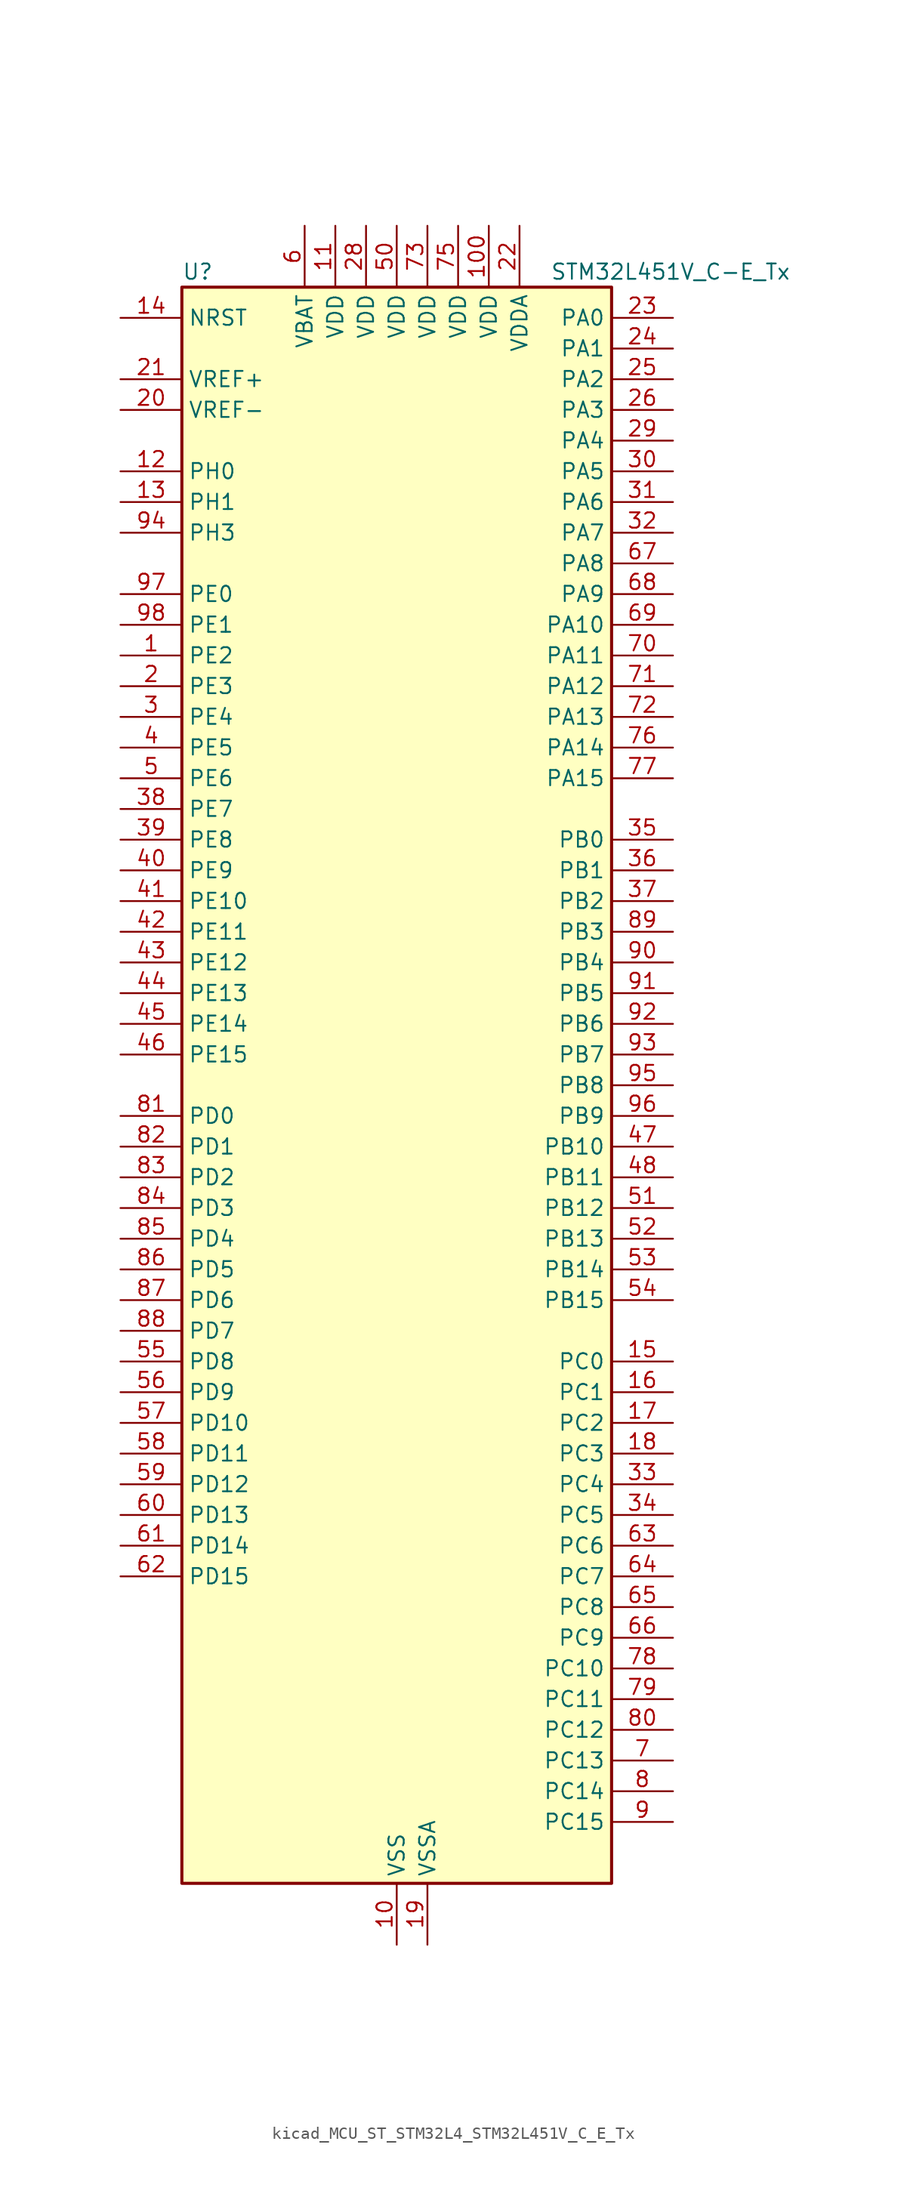
<source format=kicad_sym>
(kicad_symbol_lib
  (version 20220914)
  (generator kicad_symbol_editor)
  (symbol "kicad_MCU_ST_STM32L4_STM32L451V_C_E_Tx"
    (property "Reference" "U"
      (at -17.78 67.31 0)
      (effects (font (size 1.27 1.27)) (justify left)))
    (property "Value" "STM32L451V_C-E_Tx"
      (at 12.7 67.31 0)
      (effects (font (size 1.27 1.27)) (justify left)))
    (property "ki_locked" ""
      (at 0 0 0)
      (effects (font (size 1.27 1.27))))
    (symbol "kicad_MCU_ST_STM32L4_STM32L451V_C_E_Tx_0_1"
      (rectangle (start -17.78 -66.04) (end 17.78 66.04) (stroke (width 0.254) (type default)) (fill (type background))))
    (symbol "kicad_MCU_ST_STM32L4_STM32L451V_C_E_Tx_1_1"
      (pin bidirectional line (at -22.86 35.56 0) (length 5.08) (name "PE2" (effects (font (size 1.27 1.27)))) (number "1" (effects (font (size 1.27 1.27)))) (alternate "SAI1_MCLK_A" bidirectional line) (alternate "SYS_TRACECLK" bidirectional line) (alternate "TIM3_ETR" bidirectional line) (alternate "TSC_G7_IO1" bidirectional line))
      (pin power_in line (at 0 -71.12 90) (length 5.08) (name "VSS" (effects (font (size 1.27 1.27)))) (number "10" (effects (font (size 1.27 1.27)))))
      (pin power_in line (at 7.62 71.12 270) (length 5.08) (name "VDD" (effects (font (size 1.27 1.27)))) (number "100" (effects (font (size 1.27 1.27)))))
      (pin power_in line (at -5.08 71.12 270) (length 5.08) (name "VDD" (effects (font (size 1.27 1.27)))) (number "11" (effects (font (size 1.27 1.27)))))
      (pin bidirectional line (at -22.86 50.8 0) (length 5.08) (name "PH0" (effects (font (size 1.27 1.27)))) (number "12" (effects (font (size 1.27 1.27)))) (alternate "RCC_OSC_IN" bidirectional line))
      (pin bidirectional line (at -22.86 48.26 0) (length 5.08) (name "PH1" (effects (font (size 1.27 1.27)))) (number "13" (effects (font (size 1.27 1.27)))) (alternate "RCC_OSC_OUT" bidirectional line))
      (pin input line (at -22.86 63.5 0) (length 5.08) (name "NRST" (effects (font (size 1.27 1.27)))) (number "14" (effects (font (size 1.27 1.27)))))
      (pin bidirectional line (at 22.86 -22.86 180) (length 5.08) (name "PC0" (effects (font (size 1.27 1.27)))) (number "15" (effects (font (size 1.27 1.27)))) (alternate "ADC1_IN1" bidirectional line) (alternate "I2C3_SCL" bidirectional line) (alternate "I2C4_SCL" bidirectional line) (alternate "LPTIM1_IN1" bidirectional line) (alternate "LPTIM2_IN1" bidirectional line) (alternate "LPUART1_RX" bidirectional line))
      (pin bidirectional line (at 22.86 -25.4 180) (length 5.08) (name "PC1" (effects (font (size 1.27 1.27)))) (number "16" (effects (font (size 1.27 1.27)))) (alternate "ADC1_IN2" bidirectional line) (alternate "I2C3_SDA" bidirectional line) (alternate "I2C4_SDA" bidirectional line) (alternate "LPTIM1_OUT" bidirectional line) (alternate "LPUART1_TX" bidirectional line) (alternate "SYS_TRACED0" bidirectional line))
      (pin bidirectional line (at 22.86 -27.94 180) (length 5.08) (name "PC2" (effects (font (size 1.27 1.27)))) (number "17" (effects (font (size 1.27 1.27)))) (alternate "ADC1_IN3" bidirectional line) (alternate "DFSDM1_CKOUT" bidirectional line) (alternate "LPTIM1_IN2" bidirectional line) (alternate "SPI2_MISO" bidirectional line))
      (pin bidirectional line (at 22.86 -30.48 180) (length 5.08) (name "PC3" (effects (font (size 1.27 1.27)))) (number "18" (effects (font (size 1.27 1.27)))) (alternate "ADC1_IN4" bidirectional line) (alternate "LPTIM1_ETR" bidirectional line) (alternate "LPTIM2_ETR" bidirectional line) (alternate "SAI1_SD_A" bidirectional line) (alternate "SPI2_MOSI" bidirectional line))
      (pin power_in line (at 2.54 -71.12 90) (length 5.08) (name "VSSA" (effects (font (size 1.27 1.27)))) (number "19" (effects (font (size 1.27 1.27)))))
      (pin bidirectional line (at -22.86 33.02 0) (length 5.08) (name "PE3" (effects (font (size 1.27 1.27)))) (number "2" (effects (font (size 1.27 1.27)))) (alternate "SAI1_SD_B" bidirectional line) (alternate "SYS_TRACED0" bidirectional line) (alternate "TIM3_CH1" bidirectional line) (alternate "TSC_G7_IO2" bidirectional line))
      (pin input line (at -22.86 55.88 0) (length 5.08) (name "VREF-" (effects (font (size 1.27 1.27)))) (number "20" (effects (font (size 1.27 1.27)))))
      (pin input line (at -22.86 58.42 0) (length 5.08) (name "VREF+" (effects (font (size 1.27 1.27)))) (number "21" (effects (font (size 1.27 1.27)))) (alternate "VREFBUF_OUT" bidirectional line))
      (pin power_in line (at 10.16 71.12 270) (length 5.08) (name "VDDA" (effects (font (size 1.27 1.27)))) (number "22" (effects (font (size 1.27 1.27)))))
      (pin bidirectional line (at 22.86 63.5 180) (length 5.08) (name "PA0" (effects (font (size 1.27 1.27)))) (number "23" (effects (font (size 1.27 1.27)))) (alternate "ADC1_IN5" bidirectional line) (alternate "COMP1_INM" bidirectional line) (alternate "COMP1_OUT" bidirectional line) (alternate "OPAMP1_VINP" bidirectional line) (alternate "RTC_TAMP2" bidirectional line) (alternate "SAI1_EXTCLK" bidirectional line) (alternate "SYS_WKUP1" bidirectional line) (alternate "TIM2_CH1" bidirectional line) (alternate "TIM2_ETR" bidirectional line) (alternate "UART4_TX" bidirectional line) (alternate "USART2_CTS" bidirectional line))
      (pin bidirectional line (at 22.86 60.96 180) (length 5.08) (name "PA1" (effects (font (size 1.27 1.27)))) (number "24" (effects (font (size 1.27 1.27)))) (alternate "ADC1_IN6" bidirectional line) (alternate "COMP1_INP" bidirectional line) (alternate "I2C1_SMBA" bidirectional line) (alternate "OPAMP1_VINM" bidirectional line) (alternate "SPI1_SCK" bidirectional line) (alternate "TIM15_CH1N" bidirectional line) (alternate "TIM2_CH2" bidirectional line) (alternate "UART4_RX" bidirectional line) (alternate "USART2_DE" bidirectional line) (alternate "USART2_RTS" bidirectional line))
      (pin bidirectional line (at 22.86 58.42 180) (length 5.08) (name "PA2" (effects (font (size 1.27 1.27)))) (number "25" (effects (font (size 1.27 1.27)))) (alternate "ADC1_IN7" bidirectional line) (alternate "COMP2_INM" bidirectional line) (alternate "COMP2_OUT" bidirectional line) (alternate "LPUART1_TX" bidirectional line) (alternate "QUADSPI_BK1_NCS" bidirectional line) (alternate "RCC_LSCO" bidirectional line) (alternate "SYS_WKUP4" bidirectional line) (alternate "TIM15_CH1" bidirectional line) (alternate "TIM2_CH3" bidirectional line) (alternate "USART2_TX" bidirectional line))
      (pin bidirectional line (at 22.86 55.88 180) (length 5.08) (name "PA3" (effects (font (size 1.27 1.27)))) (number "26" (effects (font (size 1.27 1.27)))) (alternate "ADC1_IN8" bidirectional line) (alternate "COMP2_INP" bidirectional line) (alternate "LPUART1_RX" bidirectional line) (alternate "OPAMP1_VOUT" bidirectional line) (alternate "QUADSPI_CLK" bidirectional line) (alternate "SAI1_MCLK_A" bidirectional line) (alternate "TIM15_CH2" bidirectional line) (alternate "TIM2_CH4" bidirectional line) (alternate "USART2_RX" bidirectional line))
      (pin passive line (at 0 -71.12 90) (length 5.08) hide (name "VSS" (effects (font (size 1.27 1.27)))) (number "27" (effects (font (size 1.27 1.27)))))
      (pin power_in line (at -2.54 71.12 270) (length 5.08) (name "VDD" (effects (font (size 1.27 1.27)))) (number "28" (effects (font (size 1.27 1.27)))))
      (pin bidirectional line (at 22.86 53.34 180) (length 5.08) (name "PA4" (effects (font (size 1.27 1.27)))) (number "29" (effects (font (size 1.27 1.27)))) (alternate "ADC1_IN9" bidirectional line) (alternate "COMP1_INM" bidirectional line) (alternate "COMP2_INM" bidirectional line) (alternate "DAC1_OUT1" bidirectional line) (alternate "LPTIM2_OUT" bidirectional line) (alternate "SAI1_FS_B" bidirectional line) (alternate "SPI1_NSS" bidirectional line) (alternate "SPI3_NSS" bidirectional line) (alternate "USART2_CK" bidirectional line))
      (pin bidirectional line (at -22.86 30.48 0) (length 5.08) (name "PE4" (effects (font (size 1.27 1.27)))) (number "3" (effects (font (size 1.27 1.27)))) (alternate "DFSDM1_DATIN3" bidirectional line) (alternate "SAI1_FS_A" bidirectional line) (alternate "SYS_TRACED1" bidirectional line) (alternate "TIM3_CH2" bidirectional line) (alternate "TSC_G7_IO3" bidirectional line))
      (pin bidirectional line (at 22.86 50.8 180) (length 5.08) (name "PA5" (effects (font (size 1.27 1.27)))) (number "30" (effects (font (size 1.27 1.27)))) (alternate "ADC1_IN10" bidirectional line) (alternate "COMP1_INM" bidirectional line) (alternate "COMP2_INM" bidirectional line) (alternate "DFSDM1_CKOUT" bidirectional line) (alternate "LPTIM2_ETR" bidirectional line) (alternate "SPI1_SCK" bidirectional line) (alternate "TIM2_CH1" bidirectional line) (alternate "TIM2_ETR" bidirectional line))
      (pin bidirectional line (at 22.86 48.26 180) (length 5.08) (name "PA6" (effects (font (size 1.27 1.27)))) (number "31" (effects (font (size 1.27 1.27)))) (alternate "ADC1_IN11" bidirectional line) (alternate "COMP1_OUT" bidirectional line) (alternate "LPUART1_CTS" bidirectional line) (alternate "QUADSPI_BK1_IO3" bidirectional line) (alternate "SPI1_MISO" bidirectional line) (alternate "TIM16_CH1" bidirectional line) (alternate "TIM1_BKIN" bidirectional line) (alternate "TIM1_BKIN_COMP2" bidirectional line) (alternate "TIM3_CH1" bidirectional line) (alternate "USART3_CTS" bidirectional line))
      (pin bidirectional line (at 22.86 45.72 180) (length 5.08) (name "PA7" (effects (font (size 1.27 1.27)))) (number "32" (effects (font (size 1.27 1.27)))) (alternate "ADC1_IN12" bidirectional line) (alternate "COMP2_OUT" bidirectional line) (alternate "DFSDM1_DATIN0" bidirectional line) (alternate "I2C3_SCL" bidirectional line) (alternate "QUADSPI_BK1_IO2" bidirectional line) (alternate "SPI1_MOSI" bidirectional line) (alternate "TIM1_CH1N" bidirectional line) (alternate "TIM3_CH2" bidirectional line))
      (pin bidirectional line (at 22.86 -33.02 180) (length 5.08) (name "PC4" (effects (font (size 1.27 1.27)))) (number "33" (effects (font (size 1.27 1.27)))) (alternate "ADC1_IN13" bidirectional line) (alternate "COMP1_INM" bidirectional line) (alternate "USART3_TX" bidirectional line))
      (pin bidirectional line (at 22.86 -35.56 180) (length 5.08) (name "PC5" (effects (font (size 1.27 1.27)))) (number "34" (effects (font (size 1.27 1.27)))) (alternate "ADC1_IN14" bidirectional line) (alternate "COMP1_INP" bidirectional line) (alternate "SYS_WKUP5" bidirectional line) (alternate "USART3_RX" bidirectional line))
      (pin bidirectional line (at 22.86 20.32 180) (length 5.08) (name "PB0" (effects (font (size 1.27 1.27)))) (number "35" (effects (font (size 1.27 1.27)))) (alternate "ADC1_IN15" bidirectional line) (alternate "COMP1_OUT" bidirectional line) (alternate "DFSDM1_CKIN0" bidirectional line) (alternate "QUADSPI_BK1_IO1" bidirectional line) (alternate "SAI1_EXTCLK" bidirectional line) (alternate "SPI1_NSS" bidirectional line) (alternate "TIM1_CH2N" bidirectional line) (alternate "TIM3_CH3" bidirectional line) (alternate "USART3_CK" bidirectional line))
      (pin bidirectional line (at 22.86 17.78 180) (length 5.08) (name "PB1" (effects (font (size 1.27 1.27)))) (number "36" (effects (font (size 1.27 1.27)))) (alternate "ADC1_IN16" bidirectional line) (alternate "COMP1_INM" bidirectional line) (alternate "DFSDM1_DATIN0" bidirectional line) (alternate "LPTIM2_IN1" bidirectional line) (alternate "LPUART1_DE" bidirectional line) (alternate "LPUART1_RTS" bidirectional line) (alternate "QUADSPI_BK1_IO0" bidirectional line) (alternate "TIM1_CH3N" bidirectional line) (alternate "TIM3_CH4" bidirectional line) (alternate "USART3_DE" bidirectional line) (alternate "USART3_RTS" bidirectional line))
      (pin bidirectional line (at 22.86 15.24 180) (length 5.08) (name "PB2" (effects (font (size 1.27 1.27)))) (number "37" (effects (font (size 1.27 1.27)))) (alternate "COMP1_INP" bidirectional line) (alternate "DFSDM1_CKIN0" bidirectional line) (alternate "I2C3_SMBA" bidirectional line) (alternate "LPTIM1_OUT" bidirectional line) (alternate "RTC_OUT_ALARM" bidirectional line) (alternate "RTC_OUT_CALIB" bidirectional line))
      (pin bidirectional line (at -22.86 22.86 0) (length 5.08) (name "PE7" (effects (font (size 1.27 1.27)))) (number "38" (effects (font (size 1.27 1.27)))) (alternate "DFSDM1_DATIN2" bidirectional line) (alternate "SAI1_SD_B" bidirectional line) (alternate "TIM1_ETR" bidirectional line))
      (pin bidirectional line (at -22.86 20.32 0) (length 5.08) (name "PE8" (effects (font (size 1.27 1.27)))) (number "39" (effects (font (size 1.27 1.27)))) (alternate "DFSDM1_CKIN2" bidirectional line) (alternate "SAI1_SCK_B" bidirectional line) (alternate "TIM1_CH1N" bidirectional line))
      (pin bidirectional line (at -22.86 27.94 0) (length 5.08) (name "PE5" (effects (font (size 1.27 1.27)))) (number "4" (effects (font (size 1.27 1.27)))) (alternate "DFSDM1_CKIN3" bidirectional line) (alternate "SAI1_SCK_A" bidirectional line) (alternate "SYS_TRACED2" bidirectional line) (alternate "TIM3_CH3" bidirectional line) (alternate "TSC_G7_IO4" bidirectional line))
      (pin bidirectional line (at -22.86 17.78 0) (length 5.08) (name "PE9" (effects (font (size 1.27 1.27)))) (number "40" (effects (font (size 1.27 1.27)))) (alternate "DAC1_EXTI9" bidirectional line) (alternate "DFSDM1_CKOUT" bidirectional line) (alternate "SAI1_FS_B" bidirectional line) (alternate "TIM1_CH1" bidirectional line))
      (pin bidirectional line (at -22.86 15.24 0) (length 5.08) (name "PE10" (effects (font (size 1.27 1.27)))) (number "41" (effects (font (size 1.27 1.27)))) (alternate "QUADSPI_CLK" bidirectional line) (alternate "SAI1_MCLK_B" bidirectional line) (alternate "TIM1_CH2N" bidirectional line) (alternate "TSC_G5_IO1" bidirectional line))
      (pin bidirectional line (at -22.86 12.7 0) (length 5.08) (name "PE11" (effects (font (size 1.27 1.27)))) (number "42" (effects (font (size 1.27 1.27)))) (alternate "ADC1_EXTI11" bidirectional line) (alternate "QUADSPI_BK1_NCS" bidirectional line) (alternate "TIM1_CH2" bidirectional line) (alternate "TSC_G5_IO2" bidirectional line))
      (pin bidirectional line (at -22.86 10.16 0) (length 5.08) (name "PE12" (effects (font (size 1.27 1.27)))) (number "43" (effects (font (size 1.27 1.27)))) (alternate "QUADSPI_BK1_IO0" bidirectional line) (alternate "SPI1_NSS" bidirectional line) (alternate "TIM1_CH3N" bidirectional line) (alternate "TSC_G5_IO3" bidirectional line))
      (pin bidirectional line (at -22.86 7.62 0) (length 5.08) (name "PE13" (effects (font (size 1.27 1.27)))) (number "44" (effects (font (size 1.27 1.27)))) (alternate "QUADSPI_BK1_IO1" bidirectional line) (alternate "SPI1_SCK" bidirectional line) (alternate "TIM1_CH3" bidirectional line) (alternate "TSC_G5_IO4" bidirectional line))
      (pin bidirectional line (at -22.86 5.08 0) (length 5.08) (name "PE14" (effects (font (size 1.27 1.27)))) (number "45" (effects (font (size 1.27 1.27)))) (alternate "QUADSPI_BK1_IO2" bidirectional line) (alternate "SPI1_MISO" bidirectional line) (alternate "TIM1_BKIN2" bidirectional line) (alternate "TIM1_BKIN2_COMP2" bidirectional line) (alternate "TIM1_CH4" bidirectional line))
      (pin bidirectional line (at -22.86 2.54 0) (length 5.08) (name "PE15" (effects (font (size 1.27 1.27)))) (number "46" (effects (font (size 1.27 1.27)))) (alternate "ADC1_EXTI15" bidirectional line) (alternate "QUADSPI_BK1_IO3" bidirectional line) (alternate "SPI1_MOSI" bidirectional line) (alternate "TIM1_BKIN" bidirectional line) (alternate "TIM1_BKIN_COMP1" bidirectional line))
      (pin bidirectional line (at 22.86 -5.08 180) (length 5.08) (name "PB10" (effects (font (size 1.27 1.27)))) (number "47" (effects (font (size 1.27 1.27)))) (alternate "COMP1_OUT" bidirectional line) (alternate "I2C2_SCL" bidirectional line) (alternate "I2C4_SCL" bidirectional line) (alternate "LPUART1_RX" bidirectional line) (alternate "QUADSPI_CLK" bidirectional line) (alternate "SAI1_SCK_A" bidirectional line) (alternate "SPI2_SCK" bidirectional line) (alternate "TIM2_CH3" bidirectional line) (alternate "TSC_SYNC" bidirectional line) (alternate "USART3_TX" bidirectional line))
      (pin bidirectional line (at 22.86 -7.62 180) (length 5.08) (name "PB11" (effects (font (size 1.27 1.27)))) (number "48" (effects (font (size 1.27 1.27)))) (alternate "ADC1_EXTI11" bidirectional line) (alternate "COMP2_OUT" bidirectional line) (alternate "I2C2_SDA" bidirectional line) (alternate "I2C4_SDA" bidirectional line) (alternate "LPUART1_TX" bidirectional line) (alternate "QUADSPI_BK1_NCS" bidirectional line) (alternate "TIM2_CH4" bidirectional line) (alternate "USART3_RX" bidirectional line))
      (pin passive line (at 0 -71.12 90) (length 5.08) hide (name "VSS" (effects (font (size 1.27 1.27)))) (number "49" (effects (font (size 1.27 1.27)))))
      (pin bidirectional line (at -22.86 25.4 0) (length 5.08) (name "PE6" (effects (font (size 1.27 1.27)))) (number "5" (effects (font (size 1.27 1.27)))) (alternate "RTC_TAMP3" bidirectional line) (alternate "SAI1_SD_A" bidirectional line) (alternate "SYS_TRACED3" bidirectional line) (alternate "SYS_WKUP3" bidirectional line) (alternate "TIM3_CH4" bidirectional line))
      (pin power_in line (at 0 71.12 270) (length 5.08) (name "VDD" (effects (font (size 1.27 1.27)))) (number "50" (effects (font (size 1.27 1.27)))))
      (pin bidirectional line (at 22.86 -10.16 180) (length 5.08) (name "PB12" (effects (font (size 1.27 1.27)))) (number "51" (effects (font (size 1.27 1.27)))) (alternate "CAN1_RX" bidirectional line) (alternate "DFSDM1_DATIN1" bidirectional line) (alternate "I2C2_SMBA" bidirectional line) (alternate "LPUART1_DE" bidirectional line) (alternate "LPUART1_RTS" bidirectional line) (alternate "SAI1_FS_A" bidirectional line) (alternate "SPI2_NSS" bidirectional line) (alternate "TIM15_BKIN" bidirectional line) (alternate "TIM1_BKIN" bidirectional line) (alternate "TIM1_BKIN_COMP2" bidirectional line) (alternate "TSC_G1_IO1" bidirectional line) (alternate "USART3_CK" bidirectional line))
      (pin bidirectional line (at 22.86 -12.7 180) (length 5.08) (name "PB13" (effects (font (size 1.27 1.27)))) (number "52" (effects (font (size 1.27 1.27)))) (alternate "CAN1_TX" bidirectional line) (alternate "DFSDM1_CKIN1" bidirectional line) (alternate "I2C2_SCL" bidirectional line) (alternate "LPUART1_CTS" bidirectional line) (alternate "SAI1_SCK_A" bidirectional line) (alternate "SPI2_SCK" bidirectional line) (alternate "TIM15_CH1N" bidirectional line) (alternate "TIM1_CH1N" bidirectional line) (alternate "TSC_G1_IO2" bidirectional line) (alternate "USART3_CTS" bidirectional line))
      (pin bidirectional line (at 22.86 -15.24 180) (length 5.08) (name "PB14" (effects (font (size 1.27 1.27)))) (number "53" (effects (font (size 1.27 1.27)))) (alternate "DFSDM1_DATIN2" bidirectional line) (alternate "I2C2_SDA" bidirectional line) (alternate "SAI1_MCLK_A" bidirectional line) (alternate "SPI2_MISO" bidirectional line) (alternate "TIM15_CH1" bidirectional line) (alternate "TIM1_CH2N" bidirectional line) (alternate "TSC_G1_IO3" bidirectional line) (alternate "USART3_DE" bidirectional line) (alternate "USART3_RTS" bidirectional line))
      (pin bidirectional line (at 22.86 -17.78 180) (length 5.08) (name "PB15" (effects (font (size 1.27 1.27)))) (number "54" (effects (font (size 1.27 1.27)))) (alternate "ADC1_EXTI15" bidirectional line) (alternate "DFSDM1_CKIN2" bidirectional line) (alternate "RTC_REFIN" bidirectional line) (alternate "SAI1_SD_A" bidirectional line) (alternate "SPI2_MOSI" bidirectional line) (alternate "TIM15_CH2" bidirectional line) (alternate "TIM1_CH3N" bidirectional line) (alternate "TSC_G1_IO4" bidirectional line))
      (pin bidirectional line (at -22.86 -22.86 0) (length 5.08) (name "PD8" (effects (font (size 1.27 1.27)))) (number "55" (effects (font (size 1.27 1.27)))) (alternate "USART3_TX" bidirectional line))
      (pin bidirectional line (at -22.86 -25.4 0) (length 5.08) (name "PD9" (effects (font (size 1.27 1.27)))) (number "56" (effects (font (size 1.27 1.27)))) (alternate "DAC1_EXTI9" bidirectional line) (alternate "USART3_RX" bidirectional line))
      (pin bidirectional line (at -22.86 -27.94 0) (length 5.08) (name "PD10" (effects (font (size 1.27 1.27)))) (number "57" (effects (font (size 1.27 1.27)))) (alternate "TSC_G6_IO1" bidirectional line) (alternate "USART3_CK" bidirectional line))
      (pin bidirectional line (at -22.86 -30.48 0) (length 5.08) (name "PD11" (effects (font (size 1.27 1.27)))) (number "58" (effects (font (size 1.27 1.27)))) (alternate "ADC1_EXTI11" bidirectional line) (alternate "I2C4_SMBA" bidirectional line) (alternate "LPTIM2_ETR" bidirectional line) (alternate "TSC_G6_IO2" bidirectional line) (alternate "USART3_CTS" bidirectional line))
      (pin bidirectional line (at -22.86 -33.02 0) (length 5.08) (name "PD12" (effects (font (size 1.27 1.27)))) (number "59" (effects (font (size 1.27 1.27)))) (alternate "I2C4_SCL" bidirectional line) (alternate "LPTIM2_IN1" bidirectional line) (alternate "TSC_G6_IO3" bidirectional line) (alternate "USART3_DE" bidirectional line) (alternate "USART3_RTS" bidirectional line))
      (pin power_in line (at -7.62 71.12 270) (length 5.08) (name "VBAT" (effects (font (size 1.27 1.27)))) (number "6" (effects (font (size 1.27 1.27)))))
      (pin bidirectional line (at -22.86 -35.56 0) (length 5.08) (name "PD13" (effects (font (size 1.27 1.27)))) (number "60" (effects (font (size 1.27 1.27)))) (alternate "I2C4_SDA" bidirectional line) (alternate "LPTIM2_OUT" bidirectional line) (alternate "TSC_G6_IO4" bidirectional line))
      (pin bidirectional line (at -22.86 -38.1 0) (length 5.08) (name "PD14" (effects (font (size 1.27 1.27)))) (number "61" (effects (font (size 1.27 1.27)))))
      (pin bidirectional line (at -22.86 -40.64 0) (length 5.08) (name "PD15" (effects (font (size 1.27 1.27)))) (number "62" (effects (font (size 1.27 1.27)))) (alternate "ADC1_EXTI15" bidirectional line))
      (pin bidirectional line (at 22.86 -38.1 180) (length 5.08) (name "PC6" (effects (font (size 1.27 1.27)))) (number "63" (effects (font (size 1.27 1.27)))) (alternate "DFSDM1_CKIN3" bidirectional line) (alternate "SDMMC1_D6" bidirectional line) (alternate "TIM3_CH1" bidirectional line) (alternate "TSC_G4_IO1" bidirectional line))
      (pin bidirectional line (at 22.86 -40.64 180) (length 5.08) (name "PC7" (effects (font (size 1.27 1.27)))) (number "64" (effects (font (size 1.27 1.27)))) (alternate "DFSDM1_DATIN3" bidirectional line) (alternate "SDMMC1_D7" bidirectional line) (alternate "TIM3_CH2" bidirectional line) (alternate "TSC_G4_IO2" bidirectional line))
      (pin bidirectional line (at 22.86 -43.18 180) (length 5.08) (name "PC8" (effects (font (size 1.27 1.27)))) (number "65" (effects (font (size 1.27 1.27)))) (alternate "SDMMC1_D0" bidirectional line) (alternate "TIM3_CH3" bidirectional line) (alternate "TSC_G4_IO3" bidirectional line))
      (pin bidirectional line (at 22.86 -45.72 180) (length 5.08) (name "PC9" (effects (font (size 1.27 1.27)))) (number "66" (effects (font (size 1.27 1.27)))) (alternate "DAC1_EXTI9" bidirectional line) (alternate "SDMMC1_D1" bidirectional line) (alternate "TIM3_CH4" bidirectional line) (alternate "TSC_G4_IO4" bidirectional line))
      (pin bidirectional line (at 22.86 43.18 180) (length 5.08) (name "PA8" (effects (font (size 1.27 1.27)))) (number "67" (effects (font (size 1.27 1.27)))) (alternate "DFSDM1_CKIN1" bidirectional line) (alternate "LPTIM2_OUT" bidirectional line) (alternate "RCC_MCO" bidirectional line) (alternate "SAI1_SCK_A" bidirectional line) (alternate "TIM1_CH1" bidirectional line) (alternate "USART1_CK" bidirectional line))
      (pin bidirectional line (at 22.86 40.64 180) (length 5.08) (name "PA9" (effects (font (size 1.27 1.27)))) (number "68" (effects (font (size 1.27 1.27)))) (alternate "DAC1_EXTI9" bidirectional line) (alternate "DFSDM1_DATIN1" bidirectional line) (alternate "I2C1_SCL" bidirectional line) (alternate "SAI1_FS_A" bidirectional line) (alternate "TIM15_BKIN" bidirectional line) (alternate "TIM1_CH2" bidirectional line) (alternate "USART1_TX" bidirectional line))
      (pin bidirectional line (at 22.86 38.1 180) (length 5.08) (name "PA10" (effects (font (size 1.27 1.27)))) (number "69" (effects (font (size 1.27 1.27)))) (alternate "I2C1_SDA" bidirectional line) (alternate "SAI1_SD_A" bidirectional line) (alternate "TIM1_CH3" bidirectional line) (alternate "USART1_RX" bidirectional line))
      (pin bidirectional line (at 22.86 -55.88 180) (length 5.08) (name "PC13" (effects (font (size 1.27 1.27)))) (number "7" (effects (font (size 1.27 1.27)))) (alternate "RTC_OUT_ALARM" bidirectional line) (alternate "RTC_OUT_CALIB" bidirectional line) (alternate "RTC_TAMP1" bidirectional line) (alternate "RTC_TS" bidirectional line) (alternate "SYS_WKUP2" bidirectional line))
      (pin bidirectional line (at 22.86 35.56 180) (length 5.08) (name "PA11" (effects (font (size 1.27 1.27)))) (number "70" (effects (font (size 1.27 1.27)))) (alternate "ADC1_EXTI11" bidirectional line) (alternate "CAN1_RX" bidirectional line) (alternate "COMP1_OUT" bidirectional line) (alternate "SPI1_MISO" bidirectional line) (alternate "TIM1_BKIN2" bidirectional line) (alternate "TIM1_BKIN2_COMP1" bidirectional line) (alternate "TIM1_CH4" bidirectional line) (alternate "USART1_CTS" bidirectional line))
      (pin bidirectional line (at 22.86 33.02 180) (length 5.08) (name "PA12" (effects (font (size 1.27 1.27)))) (number "71" (effects (font (size 1.27 1.27)))) (alternate "CAN1_TX" bidirectional line) (alternate "SPI1_MOSI" bidirectional line) (alternate "TIM1_ETR" bidirectional line) (alternate "USART1_DE" bidirectional line) (alternate "USART1_RTS" bidirectional line))
      (pin bidirectional line (at 22.86 30.48 180) (length 5.08) (name "PA13" (effects (font (size 1.27 1.27)))) (number "72" (effects (font (size 1.27 1.27)))) (alternate "IR_OUT" bidirectional line) (alternate "SAI1_SD_B" bidirectional line) (alternate "SYS_JTMS-SWDIO" bidirectional line))
      (pin power_in line (at 2.54 71.12 270) (length 5.08) (name "VDD" (effects (font (size 1.27 1.27)))) (number "73" (effects (font (size 1.27 1.27)))))
      (pin passive line (at 0 -71.12 90) (length 5.08) hide (name "VSS" (effects (font (size 1.27 1.27)))) (number "74" (effects (font (size 1.27 1.27)))))
      (pin power_in line (at 5.08 71.12 270) (length 5.08) (name "VDD" (effects (font (size 1.27 1.27)))) (number "75" (effects (font (size 1.27 1.27)))))
      (pin bidirectional line (at 22.86 27.94 180) (length 5.08) (name "PA14" (effects (font (size 1.27 1.27)))) (number "76" (effects (font (size 1.27 1.27)))) (alternate "I2C1_SMBA" bidirectional line) (alternate "I2C4_SMBA" bidirectional line) (alternate "LPTIM1_OUT" bidirectional line) (alternate "SAI1_FS_B" bidirectional line) (alternate "SYS_JTCK-SWCLK" bidirectional line))
      (pin bidirectional line (at 22.86 25.4 180) (length 5.08) (name "PA15" (effects (font (size 1.27 1.27)))) (number "77" (effects (font (size 1.27 1.27)))) (alternate "ADC1_EXTI15" bidirectional line) (alternate "SPI1_NSS" bidirectional line) (alternate "SPI3_NSS" bidirectional line) (alternate "SYS_JTDI" bidirectional line) (alternate "TIM2_CH1" bidirectional line) (alternate "TIM2_ETR" bidirectional line) (alternate "TSC_G3_IO1" bidirectional line) (alternate "UART4_DE" bidirectional line) (alternate "UART4_RTS" bidirectional line) (alternate "USART2_RX" bidirectional line) (alternate "USART3_DE" bidirectional line) (alternate "USART3_RTS" bidirectional line))
      (pin bidirectional line (at 22.86 -48.26 180) (length 5.08) (name "PC10" (effects (font (size 1.27 1.27)))) (number "78" (effects (font (size 1.27 1.27)))) (alternate "SDMMC1_D2" bidirectional line) (alternate "SPI3_SCK" bidirectional line) (alternate "SYS_TRACED1" bidirectional line) (alternate "TSC_G3_IO2" bidirectional line) (alternate "UART4_TX" bidirectional line) (alternate "USART3_TX" bidirectional line))
      (pin bidirectional line (at 22.86 -50.8 180) (length 5.08) (name "PC11" (effects (font (size 1.27 1.27)))) (number "79" (effects (font (size 1.27 1.27)))) (alternate "ADC1_EXTI11" bidirectional line) (alternate "SDMMC1_D3" bidirectional line) (alternate "SPI3_MISO" bidirectional line) (alternate "TSC_G3_IO3" bidirectional line) (alternate "UART4_RX" bidirectional line) (alternate "USART3_RX" bidirectional line))
      (pin bidirectional line (at 22.86 -58.42 180) (length 5.08) (name "PC14" (effects (font (size 1.27 1.27)))) (number "8" (effects (font (size 1.27 1.27)))) (alternate "RCC_OSC32_IN" bidirectional line))
      (pin bidirectional line (at 22.86 -53.34 180) (length 5.08) (name "PC12" (effects (font (size 1.27 1.27)))) (number "80" (effects (font (size 1.27 1.27)))) (alternate "SDMMC1_CK" bidirectional line) (alternate "SPI3_MOSI" bidirectional line) (alternate "SYS_TRACED3" bidirectional line) (alternate "TSC_G3_IO4" bidirectional line) (alternate "USART3_CK" bidirectional line))
      (pin bidirectional line (at -22.86 -2.54 0) (length 5.08) (name "PD0" (effects (font (size 1.27 1.27)))) (number "81" (effects (font (size 1.27 1.27)))) (alternate "CAN1_RX" bidirectional line) (alternate "SPI2_NSS" bidirectional line))
      (pin bidirectional line (at -22.86 -5.08 0) (length 5.08) (name "PD1" (effects (font (size 1.27 1.27)))) (number "82" (effects (font (size 1.27 1.27)))) (alternate "CAN1_TX" bidirectional line) (alternate "SPI2_SCK" bidirectional line))
      (pin bidirectional line (at -22.86 -7.62 0) (length 5.08) (name "PD2" (effects (font (size 1.27 1.27)))) (number "83" (effects (font (size 1.27 1.27)))) (alternate "SDMMC1_CMD" bidirectional line) (alternate "SYS_TRACED2" bidirectional line) (alternate "TIM3_ETR" bidirectional line) (alternate "TSC_SYNC" bidirectional line) (alternate "USART3_DE" bidirectional line) (alternate "USART3_RTS" bidirectional line))
      (pin bidirectional line (at -22.86 -10.16 0) (length 5.08) (name "PD3" (effects (font (size 1.27 1.27)))) (number "84" (effects (font (size 1.27 1.27)))) (alternate "DFSDM1_DATIN0" bidirectional line) (alternate "QUADSPI_BK2_NCS" bidirectional line) (alternate "SPI2_MISO" bidirectional line) (alternate "USART2_CTS" bidirectional line))
      (pin bidirectional line (at -22.86 -12.7 0) (length 5.08) (name "PD4" (effects (font (size 1.27 1.27)))) (number "85" (effects (font (size 1.27 1.27)))) (alternate "DFSDM1_CKIN0" bidirectional line) (alternate "QUADSPI_BK2_IO0" bidirectional line) (alternate "SPI2_MOSI" bidirectional line) (alternate "USART2_DE" bidirectional line) (alternate "USART2_RTS" bidirectional line))
      (pin bidirectional line (at -22.86 -15.24 0) (length 5.08) (name "PD5" (effects (font (size 1.27 1.27)))) (number "86" (effects (font (size 1.27 1.27)))) (alternate "QUADSPI_BK2_IO1" bidirectional line) (alternate "USART2_TX" bidirectional line))
      (pin bidirectional line (at -22.86 -17.78 0) (length 5.08) (name "PD6" (effects (font (size 1.27 1.27)))) (number "87" (effects (font (size 1.27 1.27)))) (alternate "DFSDM1_DATIN1" bidirectional line) (alternate "QUADSPI_BK2_IO2" bidirectional line) (alternate "SAI1_SD_A" bidirectional line) (alternate "USART2_RX" bidirectional line))
      (pin bidirectional line (at -22.86 -20.32 0) (length 5.08) (name "PD7" (effects (font (size 1.27 1.27)))) (number "88" (effects (font (size 1.27 1.27)))) (alternate "DFSDM1_CKIN1" bidirectional line) (alternate "QUADSPI_BK2_IO3" bidirectional line) (alternate "USART2_CK" bidirectional line))
      (pin bidirectional line (at 22.86 12.7 180) (length 5.08) (name "PB3" (effects (font (size 1.27 1.27)))) (number "89" (effects (font (size 1.27 1.27)))) (alternate "COMP2_INM" bidirectional line) (alternate "SAI1_SCK_B" bidirectional line) (alternate "SPI1_SCK" bidirectional line) (alternate "SPI3_SCK" bidirectional line) (alternate "SYS_JTDO-SWO" bidirectional line) (alternate "TIM2_CH2" bidirectional line) (alternate "USART1_DE" bidirectional line) (alternate "USART1_RTS" bidirectional line))
      (pin bidirectional line (at 22.86 -60.96 180) (length 5.08) (name "PC15" (effects (font (size 1.27 1.27)))) (number "9" (effects (font (size 1.27 1.27)))) (alternate "ADC1_EXTI15" bidirectional line) (alternate "RCC_OSC32_OUT" bidirectional line))
      (pin bidirectional line (at 22.86 10.16 180) (length 5.08) (name "PB4" (effects (font (size 1.27 1.27)))) (number "90" (effects (font (size 1.27 1.27)))) (alternate "COMP2_INP" bidirectional line) (alternate "I2C3_SDA" bidirectional line) (alternate "SAI1_MCLK_B" bidirectional line) (alternate "SPI1_MISO" bidirectional line) (alternate "SPI3_MISO" bidirectional line) (alternate "SYS_JTRST" bidirectional line) (alternate "TIM3_CH1" bidirectional line) (alternate "TSC_G2_IO1" bidirectional line) (alternate "USART1_CTS" bidirectional line))
      (pin bidirectional line (at 22.86 7.62 180) (length 5.08) (name "PB5" (effects (font (size 1.27 1.27)))) (number "91" (effects (font (size 1.27 1.27)))) (alternate "CAN1_RX" bidirectional line) (alternate "COMP2_OUT" bidirectional line) (alternate "I2C1_SMBA" bidirectional line) (alternate "LPTIM1_IN1" bidirectional line) (alternate "SAI1_SD_B" bidirectional line) (alternate "SPI1_MOSI" bidirectional line) (alternate "SPI3_MOSI" bidirectional line) (alternate "TIM16_BKIN" bidirectional line) (alternate "TIM3_CH2" bidirectional line) (alternate "TSC_G2_IO2" bidirectional line) (alternate "USART1_CK" bidirectional line))
      (pin bidirectional line (at 22.86 5.08 180) (length 5.08) (name "PB6" (effects (font (size 1.27 1.27)))) (number "92" (effects (font (size 1.27 1.27)))) (alternate "CAN1_TX" bidirectional line) (alternate "COMP2_INP" bidirectional line) (alternate "I2C1_SCL" bidirectional line) (alternate "I2C4_SCL" bidirectional line) (alternate "LPTIM1_ETR" bidirectional line) (alternate "SAI1_FS_B" bidirectional line) (alternate "TIM16_CH1N" bidirectional line) (alternate "TSC_G2_IO3" bidirectional line) (alternate "USART1_TX" bidirectional line))
      (pin bidirectional line (at 22.86 2.54 180) (length 5.08) (name "PB7" (effects (font (size 1.27 1.27)))) (number "93" (effects (font (size 1.27 1.27)))) (alternate "COMP2_INM" bidirectional line) (alternate "I2C1_SDA" bidirectional line) (alternate "I2C4_SDA" bidirectional line) (alternate "LPTIM1_IN2" bidirectional line) (alternate "SYS_PVD_IN" bidirectional line) (alternate "TSC_G2_IO4" bidirectional line) (alternate "UART4_CTS" bidirectional line) (alternate "USART1_RX" bidirectional line))
      (pin bidirectional line (at -22.86 45.72 0) (length 5.08) (name "PH3" (effects (font (size 1.27 1.27)))) (number "94" (effects (font (size 1.27 1.27)))))
      (pin bidirectional line (at 22.86 0 180) (length 5.08) (name "PB8" (effects (font (size 1.27 1.27)))) (number "95" (effects (font (size 1.27 1.27)))) (alternate "CAN1_RX" bidirectional line) (alternate "I2C1_SCL" bidirectional line) (alternate "SAI1_MCLK_A" bidirectional line) (alternate "SDMMC1_D4" bidirectional line) (alternate "TIM16_CH1" bidirectional line))
      (pin bidirectional line (at 22.86 -2.54 180) (length 5.08) (name "PB9" (effects (font (size 1.27 1.27)))) (number "96" (effects (font (size 1.27 1.27)))) (alternate "CAN1_TX" bidirectional line) (alternate "DAC1_EXTI9" bidirectional line) (alternate "I2C1_SDA" bidirectional line) (alternate "IR_OUT" bidirectional line) (alternate "SAI1_FS_A" bidirectional line) (alternate "SDMMC1_D5" bidirectional line) (alternate "SPI2_NSS" bidirectional line))
      (pin bidirectional line (at -22.86 40.64 0) (length 5.08) (name "PE0" (effects (font (size 1.27 1.27)))) (number "97" (effects (font (size 1.27 1.27)))) (alternate "TIM16_CH1" bidirectional line))
      (pin bidirectional line (at -22.86 38.1 0) (length 5.08) (name "PE1" (effects (font (size 1.27 1.27)))) (number "98" (effects (font (size 1.27 1.27)))))
      (pin passive line (at 0 -71.12 90) (length 5.08) hide (name "VSS" (effects (font (size 1.27 1.27)))) (number "99" (effects (font (size 1.27 1.27))))))))
</source>
